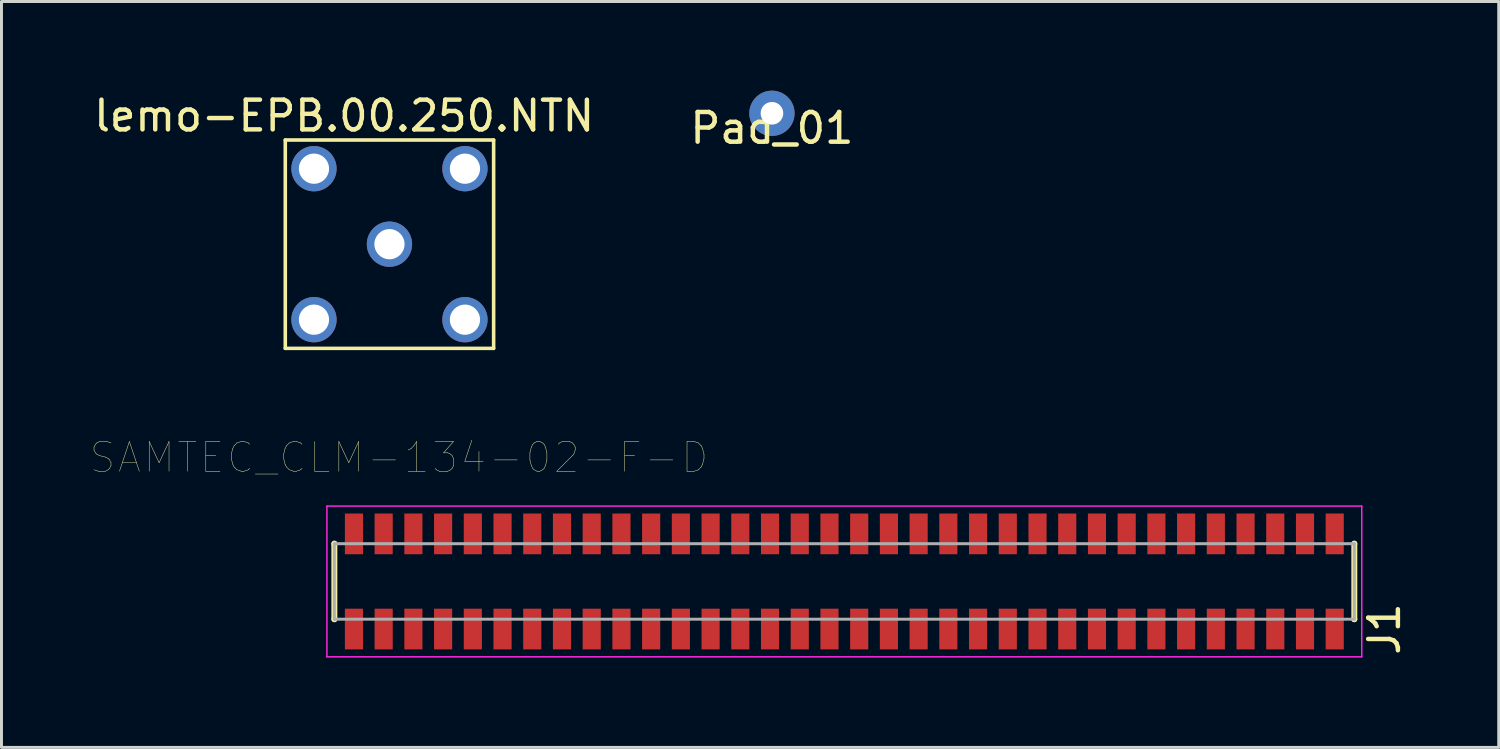
<source format=kicad_pcb>
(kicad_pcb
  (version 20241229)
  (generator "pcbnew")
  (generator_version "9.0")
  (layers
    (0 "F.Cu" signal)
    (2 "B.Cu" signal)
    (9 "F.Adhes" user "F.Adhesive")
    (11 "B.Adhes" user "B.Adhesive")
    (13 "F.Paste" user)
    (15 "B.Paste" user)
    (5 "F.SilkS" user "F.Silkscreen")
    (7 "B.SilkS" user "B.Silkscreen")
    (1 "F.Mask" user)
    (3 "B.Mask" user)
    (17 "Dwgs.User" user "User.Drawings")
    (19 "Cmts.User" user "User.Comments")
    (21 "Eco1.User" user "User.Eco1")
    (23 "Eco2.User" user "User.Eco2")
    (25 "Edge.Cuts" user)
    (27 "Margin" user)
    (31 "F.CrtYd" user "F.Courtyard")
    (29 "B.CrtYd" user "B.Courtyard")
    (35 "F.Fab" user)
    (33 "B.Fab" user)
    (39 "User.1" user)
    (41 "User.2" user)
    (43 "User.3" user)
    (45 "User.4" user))
  (footprint "lemo-EPB.00.250.NTN"
    (layer "F.Cu")
    (at 10.054 5.166)
    (property "Reference" "lemo-EPB.00.250.NTN" (at -1.524 -4.318 0) (layer "F.SilkS") (effects (font (size 1 1) (thickness 0.15))))
    (attr through_hole)
    (fp_line (start -3.505 -3.505) (end 3.505 -3.505) (stroke (width 0.12) (type solid)) (layer "F.SilkS"))
    (fp_line (start -3.505 3.505) (end -3.505 -3.505) (stroke (width 0.12) (type solid)) (layer "F.SilkS"))
    (fp_line (start 3.505 -3.505) (end 3.505 3.505) (stroke (width 0.12) (type solid)) (layer "F.SilkS"))
    (fp_line (start 3.505 3.505) (end -3.505 3.505) (stroke (width 0.12) (type solid)) (layer "F.SilkS"))
    (pad "1" thru_hole circle (at 0 0) (size 1.524 1.524) (drill 1.016) (layers "*.Cu" "*.Mask"))
    (pad "2" thru_hole circle (at -2.54 -2.54) (size 1.524 1.524) (drill 1.016) (layers "*.Cu" "*.Mask"))
    (pad "2" thru_hole circle (at -2.54 2.54) (size 1.524 1.524) (drill 1.016) (layers "*.Cu" "*.Mask"))
    (pad "2" thru_hole circle (at 2.54 -2.54) (size 1.524 1.524) (drill 1.016) (layers "*.Cu" "*.Mask"))
    (pad "2" thru_hole circle (at 2.54 2.54) (size 1.524 1.524) (drill 1.016) (layers "*.Cu" "*.Mask")))
  (footprint "Pad_01"
    (layer "F.Cu")
    (at 22.923 0.762)
    (property "Reference" "Pad_01" (at 0 0.5 0) (layer "F.SilkS") (effects (font (size 1 1) (thickness 0.15))))
    (attr through_hole)
    (pad "1" thru_hole circle (at 0 0) (size 1.524 1.524) (drill 0.762) (layers "*.Cu" "*.Mask")))
  (footprint "SAMTEC_CLM-134-02-F-D"
    (layer "F.Cu")
    (at 41.859 18.115)
    (property "Reference" "SAMTEC_CLM-134-02-F-D" (at -31.484 -5.772 0) (layer "F.SilkS") (effects (font (size 1 1) (thickness 0.015))))
    (attr through_hole)
    (fp_line (start -33.659 -2.871) (end -33.655 -2.871) (stroke (width 0.2) (type solid)) (layer "F.SilkS"))
    (fp_line (start -33.659 -0.331) (end -33.659 -2.871) (stroke (width 0.2) (type solid)) (layer "F.SilkS"))
    (fp_line (start -33.655 -0.331) (end -33.659 -0.331) (stroke (width 0.2) (type solid)) (layer "F.SilkS"))
    (fp_line (start 0.655 -2.871) (end 0.659 -2.871) (stroke (width 0.2) (type solid)) (layer "F.SilkS"))
    (fp_line (start 0.655 -0.331) (end 0.659 -0.331) (stroke (width 0.2) (type solid)) (layer "F.SilkS"))
    (fp_line (start 0.659 -2.871) (end 0.659 -0.331) (stroke (width 0.2) (type solid)) (layer "F.SilkS"))
    (fp_line (start -33.909 -4.137) (end 0.909 -4.137) (stroke (width 0.05) (type solid)) (layer "F.CrtYd"))
    (fp_line (start -33.909 0.935) (end -33.909 -4.137) (stroke (width 0.05) (type solid)) (layer "F.CrtYd"))
    (fp_line (start 0.909 -4.137) (end 0.909 0.935) (stroke (width 0.05) (type solid)) (layer "F.CrtYd"))
    (fp_line (start 0.909 0.935) (end -33.909 0.935) (stroke (width 0.05) (type solid)) (layer "F.CrtYd"))
    (fp_line (start -33.659 -2.871) (end 0.659 -2.871) (stroke (width 0.1) (type solid)) (layer "F.Fab"))
    (fp_line (start -33.659 -0.331) (end -33.659 -2.871) (stroke (width 0.1) (type solid)) (layer "F.Fab"))
    (fp_line (start 0.659 -2.871) (end 0.659 -0.331) (stroke (width 0.1) (type solid)) (layer "F.Fab"))
    (fp_line (start 0.659 -0.331) (end -33.659 -0.331) (stroke (width 0.1) (type solid)) (layer "F.Fab"))
    (fp_text user "J1" (at 1.67 0 90) (layer "F.SilkS") (effects (font (size 1 1) (thickness 0.15))))
    (pad "1" smd rect (at 0 0) (size 0.61 1.37) (layers "F.Cu" "F.Mask" "F.Paste"))
    (pad "2" smd rect (at 0 -3.202) (size 0.61 1.37) (layers "F.Cu" "F.Mask" "F.Paste"))
    (pad "3" smd rect (at -1 0) (size 0.61 1.37) (layers "F.Cu" "F.Mask" "F.Paste"))
    (pad "4" smd rect (at -1 -3.202) (size 0.61 1.37) (layers "F.Cu" "F.Mask" "F.Paste"))
    (pad "5" smd rect (at -2 0) (size 0.61 1.37) (layers "F.Cu" "F.Mask" "F.Paste"))
    (pad "6" smd rect (at -2 -3.202) (size 0.61 1.37) (layers "F.Cu" "F.Mask" "F.Paste"))
    (pad "7" smd rect (at -3 0) (size 0.61 1.37) (layers "F.Cu" "F.Mask" "F.Paste"))
    (pad "8" smd rect (at -3 -3.202) (size 0.61 1.37) (layers "F.Cu" "F.Mask" "F.Paste"))
    (pad "9" smd rect (at -4 0) (size 0.61 1.37) (layers "F.Cu" "F.Mask" "F.Paste"))
    (pad "10" smd rect (at -4 -3.202) (size 0.61 1.37) (layers "F.Cu" "F.Mask" "F.Paste"))
    (pad "11" smd rect (at -5 0) (size 0.61 1.37) (layers "F.Cu" "F.Mask" "F.Paste"))
    (pad "12" smd rect (at -5 -3.202) (size 0.61 1.37) (layers "F.Cu" "F.Mask" "F.Paste"))
    (pad "13" smd rect (at -6 0) (size 0.61 1.37) (layers "F.Cu" "F.Mask" "F.Paste"))
    (pad "14" smd rect (at -6 -3.202) (size 0.61 1.37) (layers "F.Cu" "F.Mask" "F.Paste"))
    (pad "15" smd rect (at -7 0) (size 0.61 1.37) (layers "F.Cu" "F.Mask" "F.Paste"))
    (pad "16" smd rect (at -7 -3.202) (size 0.61 1.37) (layers "F.Cu" "F.Mask" "F.Paste"))
    (pad "17" smd rect (at -8 0) (size 0.61 1.37) (layers "F.Cu" "F.Mask" "F.Paste"))
    (pad "18" smd rect (at -8 -3.202) (size 0.61 1.37) (layers "F.Cu" "F.Mask" "F.Paste"))
    (pad "19" smd rect (at -9 0) (size 0.61 1.37) (layers "F.Cu" "F.Mask" "F.Paste"))
    (pad "20" smd rect (at -9 -3.202) (size 0.61 1.37) (layers "F.Cu" "F.Mask" "F.Paste"))
    (pad "21" smd rect (at -10 0) (size 0.61 1.37) (layers "F.Cu" "F.Mask" "F.Paste"))
    (pad "22" smd rect (at -10 -3.202) (size 0.61 1.37) (layers "F.Cu" "F.Mask" "F.Paste"))
    (pad "23" smd rect (at -11 0) (size 0.61 1.37) (layers "F.Cu" "F.Mask" "F.Paste"))
    (pad "24" smd rect (at -11 -3.202) (size 0.61 1.37) (layers "F.Cu" "F.Mask" "F.Paste"))
    (pad "25" smd rect (at -12 0) (size 0.61 1.37) (layers "F.Cu" "F.Mask" "F.Paste"))
    (pad "26" smd rect (at -12 -3.202) (size 0.61 1.37) (layers "F.Cu" "F.Mask" "F.Paste"))
    (pad "27" smd rect (at -13 0) (size 0.61 1.37) (layers "F.Cu" "F.Mask" "F.Paste"))
    (pad "28" smd rect (at -13 -3.202) (size 0.61 1.37) (layers "F.Cu" "F.Mask" "F.Paste"))
    (pad "29" smd rect (at -14 0) (size 0.61 1.37) (layers "F.Cu" "F.Mask" "F.Paste"))
    (pad "30" smd rect (at -14 -3.202) (size 0.61 1.37) (layers "F.Cu" "F.Mask" "F.Paste"))
    (pad "31" smd rect (at -15 0) (size 0.61 1.37) (layers "F.Cu" "F.Mask" "F.Paste"))
    (pad "32" smd rect (at -15 -3.202) (size 0.61 1.37) (layers "F.Cu" "F.Mask" "F.Paste"))
    (pad "33" smd rect (at -16 0) (size 0.61 1.37) (layers "F.Cu" "F.Mask" "F.Paste"))
    (pad "34" smd rect (at -16 -3.202) (size 0.61 1.37) (layers "F.Cu" "F.Mask" "F.Paste"))
    (pad "35" smd rect (at -17 0) (size 0.61 1.37) (layers "F.Cu" "F.Mask" "F.Paste"))
    (pad "36" smd rect (at -17 -3.202) (size 0.61 1.37) (layers "F.Cu" "F.Mask" "F.Paste"))
    (pad "37" smd rect (at -18 0) (size 0.61 1.37) (layers "F.Cu" "F.Mask" "F.Paste"))
    (pad "38" smd rect (at -18 -3.202) (size 0.61 1.37) (layers "F.Cu" "F.Mask" "F.Paste"))
    (pad "39" smd rect (at -19 0) (size 0.61 1.37) (layers "F.Cu" "F.Mask" "F.Paste"))
    (pad "40" smd rect (at -19 -3.202) (size 0.61 1.37) (layers "F.Cu" "F.Mask" "F.Paste"))
    (pad "41" smd rect (at -20 0) (size 0.61 1.37) (layers "F.Cu" "F.Mask" "F.Paste"))
    (pad "42" smd rect (at -20 -3.202) (size 0.61 1.37) (layers "F.Cu" "F.Mask" "F.Paste"))
    (pad "43" smd rect (at -21 0) (size 0.61 1.37) (layers "F.Cu" "F.Mask" "F.Paste"))
    (pad "44" smd rect (at -21 -3.202) (size 0.61 1.37) (layers "F.Cu" "F.Mask" "F.Paste"))
    (pad "45" smd rect (at -22 0) (size 0.61 1.37) (layers "F.Cu" "F.Mask" "F.Paste"))
    (pad "46" smd rect (at -22 -3.202) (size 0.61 1.37) (layers "F.Cu" "F.Mask" "F.Paste"))
    (pad "47" smd rect (at -23 0) (size 0.61 1.37) (layers "F.Cu" "F.Mask" "F.Paste"))
    (pad "48" smd rect (at -23 -3.202) (size 0.61 1.37) (layers "F.Cu" "F.Mask" "F.Paste"))
    (pad "49" smd rect (at -24 0) (size 0.61 1.37) (layers "F.Cu" "F.Mask" "F.Paste"))
    (pad "50" smd rect (at -24 -3.202) (size 0.61 1.37) (layers "F.Cu" "F.Mask" "F.Paste"))
    (pad "51" smd rect (at -25 0) (size 0.61 1.37) (layers "F.Cu" "F.Mask" "F.Paste"))
    (pad "52" smd rect (at -25 -3.202) (size 0.61 1.37) (layers "F.Cu" "F.Mask" "F.Paste"))
    (pad "53" smd rect (at -26 0) (size 0.61 1.37) (layers "F.Cu" "F.Mask" "F.Paste"))
    (pad "54" smd rect (at -26 -3.202) (size 0.61 1.37) (layers "F.Cu" "F.Mask" "F.Paste"))
    (pad "55" smd rect (at -27 0) (size 0.61 1.37) (layers "F.Cu" "F.Mask" "F.Paste"))
    (pad "56" smd rect (at -27 -3.202) (size 0.61 1.37) (layers "F.Cu" "F.Mask" "F.Paste"))
    (pad "57" smd rect (at -28 0) (size 0.61 1.37) (layers "F.Cu" "F.Mask" "F.Paste"))
    (pad "58" smd rect (at -28 -3.202) (size 0.61 1.37) (layers "F.Cu" "F.Mask" "F.Paste"))
    (pad "59" smd rect (at -29 0) (size 0.61 1.37) (layers "F.Cu" "F.Mask" "F.Paste"))
    (pad "60" smd rect (at -29 -3.202) (size 0.61 1.37) (layers "F.Cu" "F.Mask" "F.Paste"))
    (pad "61" smd rect (at -30 0) (size 0.61 1.37) (layers "F.Cu" "F.Mask" "F.Paste"))
    (pad "62" smd rect (at -30 -3.202) (size 0.61 1.37) (layers "F.Cu" "F.Mask" "F.Paste"))
    (pad "63" smd rect (at -31 0) (size 0.61 1.37) (layers "F.Cu" "F.Mask" "F.Paste"))
    (pad "64" smd rect (at -31 -3.202) (size 0.61 1.37) (layers "F.Cu" "F.Mask" "F.Paste"))
    (pad "65" smd rect (at -32 0) (size 0.61 1.37) (layers "F.Cu" "F.Mask" "F.Paste"))
    (pad "66" smd rect (at -32 -3.202) (size 0.61 1.37) (layers "F.Cu" "F.Mask" "F.Paste"))
    (pad "67" smd rect (at -33 0) (size 0.61 1.37) (layers "F.Cu" "F.Mask" "F.Paste"))
    (pad "68" smd rect (at -33 -3.202) (size 0.61 1.37) (layers "F.Cu" "F.Mask" "F.Paste")))
  (gr_rect
    (start -3 -3)
    (end 47.377 22.097)
    (stroke (width 0.1) (type default))
    (fill no)
    (layer "Edge.Cuts")))
</source>
